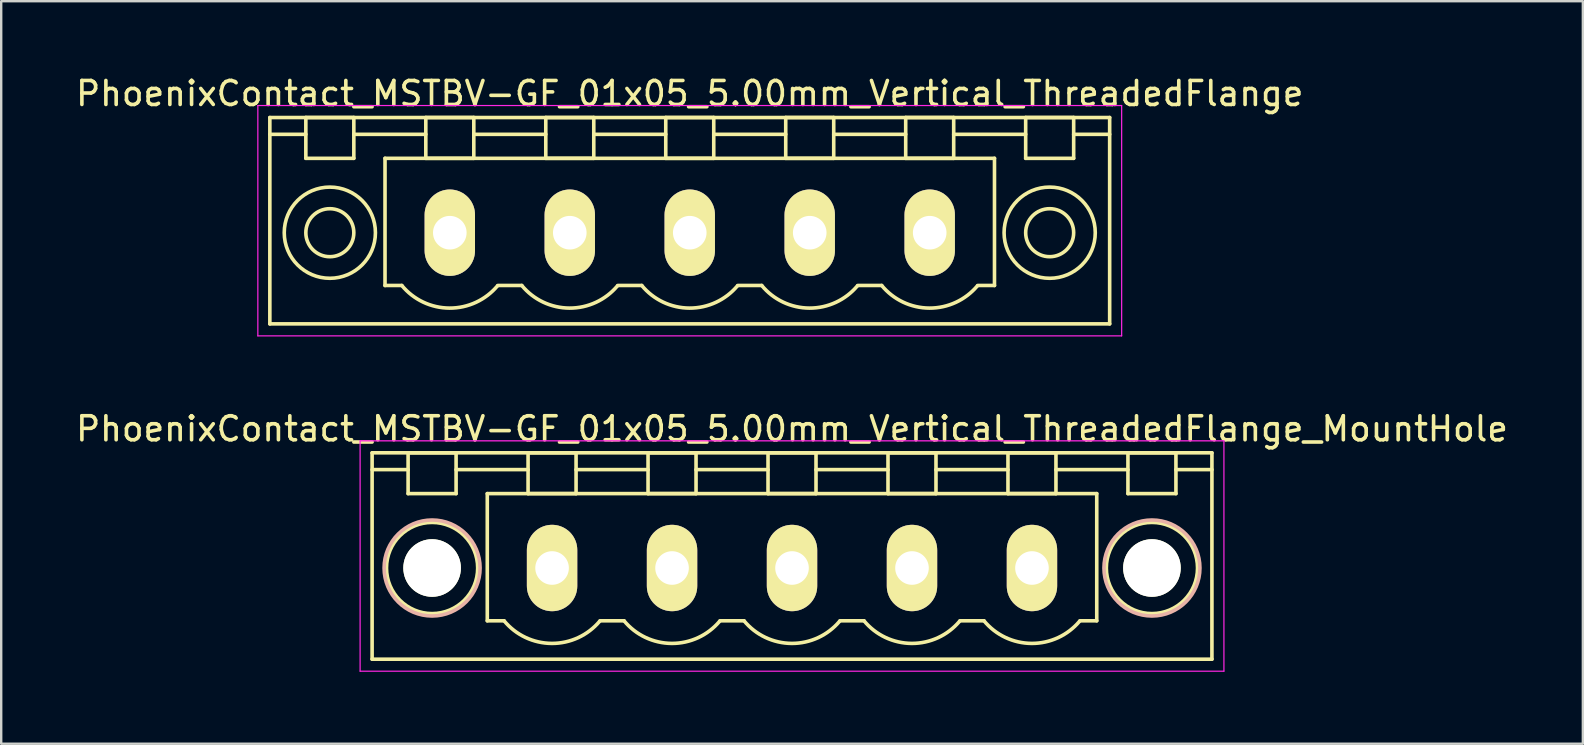
<source format=kicad_pcb>
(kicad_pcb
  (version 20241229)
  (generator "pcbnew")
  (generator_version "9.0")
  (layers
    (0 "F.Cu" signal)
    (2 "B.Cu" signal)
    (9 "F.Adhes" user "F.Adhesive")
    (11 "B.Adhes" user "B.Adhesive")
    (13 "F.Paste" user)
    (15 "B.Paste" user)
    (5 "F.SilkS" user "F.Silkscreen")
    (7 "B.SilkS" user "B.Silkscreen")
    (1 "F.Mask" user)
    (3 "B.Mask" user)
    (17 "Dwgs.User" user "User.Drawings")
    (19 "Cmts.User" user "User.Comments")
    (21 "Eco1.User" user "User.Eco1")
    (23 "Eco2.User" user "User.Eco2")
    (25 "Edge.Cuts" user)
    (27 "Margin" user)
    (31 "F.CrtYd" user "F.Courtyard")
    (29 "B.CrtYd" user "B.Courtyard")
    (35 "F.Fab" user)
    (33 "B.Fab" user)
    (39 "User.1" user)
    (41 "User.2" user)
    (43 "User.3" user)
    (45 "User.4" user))
  (footprint "PhoenixContact_MSTBV-GF_01x05_5.00mm_Vertical_ThreadedFlange_MountHole"
    (layer "F.Cu")
    (at 19.958 20.622)
    (property "Reference" "PhoenixContact_MSTBV-GF_01x05_5.00mm_Vertical_ThreadedFlange_MountHole" (at 10 -5.8 0) (layer "F.SilkS") (effects (font (size 1 1) (thickness 0.15))))
    (attr through_hole)
    (fp_line (start -7.5 -4.8) (end -7.5 3.8) (stroke (width 0.15) (type solid)) (layer "F.SilkS"))
    (fp_line (start -7.5 -4.1) (end -6 -4.1) (stroke (width 0.15) (type solid)) (layer "F.SilkS"))
    (fp_line (start -7.5 3.8) (end 27.5 3.8) (stroke (width 0.15) (type solid)) (layer "F.SilkS"))
    (fp_line (start -6 -4.8) (end -4 -4.8) (stroke (width 0.15) (type solid)) (layer "F.SilkS"))
    (fp_line (start -6 -3.1) (end -6 -4.8) (stroke (width 0.15) (type solid)) (layer "F.SilkS"))
    (fp_line (start -4 -4.8) (end -4 -3.1) (stroke (width 0.15) (type solid)) (layer "F.SilkS"))
    (fp_line (start -4 -4.1) (end -1 -4.1) (stroke (width 0.15) (type solid)) (layer "F.SilkS"))
    (fp_line (start -4 -3.1) (end -6 -3.1) (stroke (width 0.15) (type solid)) (layer "F.SilkS"))
    (fp_line (start -2.7 -3.1) (end 22.7 -3.1) (stroke (width 0.15) (type solid)) (layer "F.SilkS"))
    (fp_line (start -2.7 2.2) (end -2.7 -3.1) (stroke (width 0.15) (type solid)) (layer "F.SilkS"))
    (fp_line (start -2 2.2) (end -2.7 2.2) (stroke (width 0.15) (type solid)) (layer "F.SilkS"))
    (fp_line (start -1 -4.8) (end 1 -4.8) (stroke (width 0.15) (type solid)) (layer "F.SilkS"))
    (fp_line (start -1 -3.1) (end -1 -4.8) (stroke (width 0.15) (type solid)) (layer "F.SilkS"))
    (fp_line (start 1 -4.8) (end 1 -3.1) (stroke (width 0.15) (type solid)) (layer "F.SilkS"))
    (fp_line (start 1 -4.1) (end 4 -4.1) (stroke (width 0.15) (type solid)) (layer "F.SilkS"))
    (fp_line (start 1 -3.1) (end -1 -3.1) (stroke (width 0.15) (type solid)) (layer "F.SilkS"))
    (fp_line (start 2 2.2) (end 3 2.2) (stroke (width 0.15) (type solid)) (layer "F.SilkS"))
    (fp_line (start 4 -4.8) (end 6 -4.8) (stroke (width 0.15) (type solid)) (layer "F.SilkS"))
    (fp_line (start 4 -3.1) (end 4 -4.8) (stroke (width 0.15) (type solid)) (layer "F.SilkS"))
    (fp_line (start 6 -4.8) (end 6 -3.1) (stroke (width 0.15) (type solid)) (layer "F.SilkS"))
    (fp_line (start 6 -4.1) (end 9 -4.1) (stroke (width 0.15) (type solid)) (layer "F.SilkS"))
    (fp_line (start 6 -3.1) (end 4 -3.1) (stroke (width 0.15) (type solid)) (layer "F.SilkS"))
    (fp_line (start 7 2.2) (end 8 2.2) (stroke (width 0.15) (type solid)) (layer "F.SilkS"))
    (fp_line (start 9 -4.8) (end 11 -4.8) (stroke (width 0.15) (type solid)) (layer "F.SilkS"))
    (fp_line (start 9 -3.1) (end 9 -4.8) (stroke (width 0.15) (type solid)) (layer "F.SilkS"))
    (fp_line (start 11 -4.8) (end 11 -3.1) (stroke (width 0.15) (type solid)) (layer "F.SilkS"))
    (fp_line (start 11 -4.1) (end 14 -4.1) (stroke (width 0.15) (type solid)) (layer "F.SilkS"))
    (fp_line (start 11 -3.1) (end 9 -3.1) (stroke (width 0.15) (type solid)) (layer "F.SilkS"))
    (fp_line (start 12 2.2) (end 13 2.2) (stroke (width 0.15) (type solid)) (layer "F.SilkS"))
    (fp_line (start 14 -4.8) (end 16 -4.8) (stroke (width 0.15) (type solid)) (layer "F.SilkS"))
    (fp_line (start 14 -3.1) (end 14 -4.8) (stroke (width 0.15) (type solid)) (layer "F.SilkS"))
    (fp_line (start 16 -4.8) (end 16 -3.1) (stroke (width 0.15) (type solid)) (layer "F.SilkS"))
    (fp_line (start 16 -4.1) (end 19 -4.1) (stroke (width 0.15) (type solid)) (layer "F.SilkS"))
    (fp_line (start 16 -3.1) (end 14 -3.1) (stroke (width 0.15) (type solid)) (layer "F.SilkS"))
    (fp_line (start 17 2.2) (end 18 2.2) (stroke (width 0.15) (type solid)) (layer "F.SilkS"))
    (fp_line (start 19 -4.8) (end 21 -4.8) (stroke (width 0.15) (type solid)) (layer "F.SilkS"))
    (fp_line (start 19 -3.1) (end 19 -4.8) (stroke (width 0.15) (type solid)) (layer "F.SilkS"))
    (fp_line (start 21 -4.8) (end 21 -3.1) (stroke (width 0.15) (type solid)) (layer "F.SilkS"))
    (fp_line (start 21 -4.1) (end 24 -4.1) (stroke (width 0.15) (type solid)) (layer "F.SilkS"))
    (fp_line (start 21 -3.1) (end 19 -3.1) (stroke (width 0.15) (type solid)) (layer "F.SilkS"))
    (fp_line (start 22.7 -3.1) (end 22.7 2.2) (stroke (width 0.15) (type solid)) (layer "F.SilkS"))
    (fp_line (start 22.7 2.2) (end 22 2.2) (stroke (width 0.15) (type solid)) (layer "F.SilkS"))
    (fp_line (start 24 -4.8) (end 26 -4.8) (stroke (width 0.15) (type solid)) (layer "F.SilkS"))
    (fp_line (start 24 -3.1) (end 24 -4.8) (stroke (width 0.15) (type solid)) (layer "F.SilkS"))
    (fp_line (start 26 -4.8) (end 26 -3.1) (stroke (width 0.15) (type solid)) (layer "F.SilkS"))
    (fp_line (start 26 -3.1) (end 24 -3.1) (stroke (width 0.15) (type solid)) (layer "F.SilkS"))
    (fp_line (start 27.5 -4.8) (end -7.5 -4.8) (stroke (width 0.15) (type solid)) (layer "F.SilkS"))
    (fp_line (start 27.5 -4.1) (end 26 -4.1) (stroke (width 0.15) (type solid)) (layer "F.SilkS"))
    (fp_line (start 27.5 3.8) (end 27.5 -4.8) (stroke (width 0.15) (type solid)) (layer "F.SilkS"))
    (fp_arc (start 1.986842 2.215821) (mid -0.010289 3.142758) (end -2 2.2) (stroke (width 0.15) (type solid)) (layer "F.SilkS"))
    (fp_arc (start 6.986842 2.215821) (mid 4.989711 3.142758) (end 3 2.2) (stroke (width 0.15) (type solid)) (layer "F.SilkS"))
    (fp_arc (start 11.986842 2.215821) (mid 9.989711 3.142758) (end 8 2.2) (stroke (width 0.15) (type solid)) (layer "F.SilkS"))
    (fp_arc (start 16.986842 2.215821) (mid 14.989711 3.142758) (end 13 2.2) (stroke (width 0.15) (type solid)) (layer "F.SilkS"))
    (fp_arc (start 21.986842 2.215821) (mid 19.989711 3.142758) (end 18 2.2) (stroke (width 0.15) (type solid)) (layer "F.SilkS"))
    (fp_circle (center -5 0) (end -4 0) (stroke (width 0.15) (type solid)) (fill no) (layer "F.SilkS"))
    (fp_circle (center -5 0) (end -3.1 0) (stroke (width 0.15) (type solid)) (fill no) (layer "F.SilkS"))
    (fp_circle (center 25 0) (end 26 0) (stroke (width 0.15) (type solid)) (fill no) (layer "F.SilkS"))
    (fp_circle (center 25 0) (end 26.9 0) (stroke (width 0.15) (type solid)) (fill no) (layer "F.SilkS"))
    (fp_circle (center -5 0) (end -3 0) (stroke (width 0.15) (type solid)) (fill no) (layer "B.SilkS"))
    (fp_circle (center 25 0) (end 27 0) (stroke (width 0.15) (type solid)) (fill no) (layer "B.SilkS"))
    (fp_line (start -8 -5.3) (end -8 4.3) (stroke (width 0.05) (type solid)) (layer "F.CrtYd"))
    (fp_line (start -8 4.3) (end 28 4.3) (stroke (width 0.05) (type solid)) (layer "F.CrtYd"))
    (fp_line (start 28 -5.3) (end -8 -5.3) (stroke (width 0.05) (type solid)) (layer "F.CrtYd"))
    (fp_line (start 28 4.3) (end 28 -5.3) (stroke (width 0.05) (type solid)) (layer "F.CrtYd"))
    (pad "" np_thru_hole circle (at -5 0) (size 2.4 2.4) (drill 2.4) (layers "*.Cu" "*.Mask" "F.SilkS"))
    (pad "" np_thru_hole circle (at 25 0) (size 2.4 2.4) (drill 2.4) (layers "*.Cu" "*.Mask" "F.SilkS"))
    (pad "1" thru_hole oval (at 0 0) (size 2.1 3.6) (drill 1.4) (layers "*.Cu" "*.Mask" "F.SilkS"))
    (pad "2" thru_hole oval (at 5 0) (size 2.1 3.6) (drill 1.4) (layers "*.Cu" "*.Mask" "F.SilkS"))
    (pad "3" thru_hole oval (at 10 0) (size 2.1 3.6) (drill 1.4) (layers "*.Cu" "*.Mask" "F.SilkS"))
    (pad "4" thru_hole oval (at 15 0) (size 2.1 3.6) (drill 1.4) (layers "*.Cu" "*.Mask" "F.SilkS"))
    (pad "5" thru_hole oval (at 20 0) (size 2.1 3.6) (drill 1.4) (layers "*.Cu" "*.Mask" "F.SilkS")))
  (footprint "PhoenixContact_MSTBV-GF_01x05_5.00mm_Vertical_ThreadedFlange"
    (layer "F.Cu")
    (at 15.696 6.648)
    (property "Reference" "PhoenixContact_MSTBV-GF_01x05_5.00mm_Vertical_ThreadedFlange" (at 10 -5.8 0) (layer "F.SilkS") (effects (font (size 1 1) (thickness 0.15))))
    (attr through_hole)
    (fp_line (start -7.5 -4.8) (end -7.5 3.8) (stroke (width 0.15) (type solid)) (layer "F.SilkS"))
    (fp_line (start -7.5 -4.1) (end -6 -4.1) (stroke (width 0.15) (type solid)) (layer "F.SilkS"))
    (fp_line (start -7.5 3.8) (end 27.5 3.8) (stroke (width 0.15) (type solid)) (layer "F.SilkS"))
    (fp_line (start -6 -4.8) (end -4 -4.8) (stroke (width 0.15) (type solid)) (layer "F.SilkS"))
    (fp_line (start -6 -3.1) (end -6 -4.8) (stroke (width 0.15) (type solid)) (layer "F.SilkS"))
    (fp_line (start -4 -4.8) (end -4 -3.1) (stroke (width 0.15) (type solid)) (layer "F.SilkS"))
    (fp_line (start -4 -4.1) (end -1 -4.1) (stroke (width 0.15) (type solid)) (layer "F.SilkS"))
    (fp_line (start -4 -3.1) (end -6 -3.1) (stroke (width 0.15) (type solid)) (layer "F.SilkS"))
    (fp_line (start -2.7 -3.1) (end 22.7 -3.1) (stroke (width 0.15) (type solid)) (layer "F.SilkS"))
    (fp_line (start -2.7 2.2) (end -2.7 -3.1) (stroke (width 0.15) (type solid)) (layer "F.SilkS"))
    (fp_line (start -2 2.2) (end -2.7 2.2) (stroke (width 0.15) (type solid)) (layer "F.SilkS"))
    (fp_line (start -1 -4.8) (end 1 -4.8) (stroke (width 0.15) (type solid)) (layer "F.SilkS"))
    (fp_line (start -1 -3.1) (end -1 -4.8) (stroke (width 0.15) (type solid)) (layer "F.SilkS"))
    (fp_line (start 1 -4.8) (end 1 -3.1) (stroke (width 0.15) (type solid)) (layer "F.SilkS"))
    (fp_line (start 1 -4.1) (end 4 -4.1) (stroke (width 0.15) (type solid)) (layer "F.SilkS"))
    (fp_line (start 1 -3.1) (end -1 -3.1) (stroke (width 0.15) (type solid)) (layer "F.SilkS"))
    (fp_line (start 2 2.2) (end 3 2.2) (stroke (width 0.15) (type solid)) (layer "F.SilkS"))
    (fp_line (start 4 -4.8) (end 6 -4.8) (stroke (width 0.15) (type solid)) (layer "F.SilkS"))
    (fp_line (start 4 -3.1) (end 4 -4.8) (stroke (width 0.15) (type solid)) (layer "F.SilkS"))
    (fp_line (start 6 -4.8) (end 6 -3.1) (stroke (width 0.15) (type solid)) (layer "F.SilkS"))
    (fp_line (start 6 -4.1) (end 9 -4.1) (stroke (width 0.15) (type solid)) (layer "F.SilkS"))
    (fp_line (start 6 -3.1) (end 4 -3.1) (stroke (width 0.15) (type solid)) (layer "F.SilkS"))
    (fp_line (start 7 2.2) (end 8 2.2) (stroke (width 0.15) (type solid)) (layer "F.SilkS"))
    (fp_line (start 9 -4.8) (end 11 -4.8) (stroke (width 0.15) (type solid)) (layer "F.SilkS"))
    (fp_line (start 9 -3.1) (end 9 -4.8) (stroke (width 0.15) (type solid)) (layer "F.SilkS"))
    (fp_line (start 11 -4.8) (end 11 -3.1) (stroke (width 0.15) (type solid)) (layer "F.SilkS"))
    (fp_line (start 11 -4.1) (end 14 -4.1) (stroke (width 0.15) (type solid)) (layer "F.SilkS"))
    (fp_line (start 11 -3.1) (end 9 -3.1) (stroke (width 0.15) (type solid)) (layer "F.SilkS"))
    (fp_line (start 12 2.2) (end 13 2.2) (stroke (width 0.15) (type solid)) (layer "F.SilkS"))
    (fp_line (start 14 -4.8) (end 16 -4.8) (stroke (width 0.15) (type solid)) (layer "F.SilkS"))
    (fp_line (start 14 -3.1) (end 14 -4.8) (stroke (width 0.15) (type solid)) (layer "F.SilkS"))
    (fp_line (start 16 -4.8) (end 16 -3.1) (stroke (width 0.15) (type solid)) (layer "F.SilkS"))
    (fp_line (start 16 -4.1) (end 19 -4.1) (stroke (width 0.15) (type solid)) (layer "F.SilkS"))
    (fp_line (start 16 -3.1) (end 14 -3.1) (stroke (width 0.15) (type solid)) (layer "F.SilkS"))
    (fp_line (start 17 2.2) (end 18 2.2) (stroke (width 0.15) (type solid)) (layer "F.SilkS"))
    (fp_line (start 19 -4.8) (end 21 -4.8) (stroke (width 0.15) (type solid)) (layer "F.SilkS"))
    (fp_line (start 19 -3.1) (end 19 -4.8) (stroke (width 0.15) (type solid)) (layer "F.SilkS"))
    (fp_line (start 21 -4.8) (end 21 -3.1) (stroke (width 0.15) (type solid)) (layer "F.SilkS"))
    (fp_line (start 21 -4.1) (end 24 -4.1) (stroke (width 0.15) (type solid)) (layer "F.SilkS"))
    (fp_line (start 21 -3.1) (end 19 -3.1) (stroke (width 0.15) (type solid)) (layer "F.SilkS"))
    (fp_line (start 22.7 -3.1) (end 22.7 2.2) (stroke (width 0.15) (type solid)) (layer "F.SilkS"))
    (fp_line (start 22.7 2.2) (end 22 2.2) (stroke (width 0.15) (type solid)) (layer "F.SilkS"))
    (fp_line (start 24 -4.8) (end 26 -4.8) (stroke (width 0.15) (type solid)) (layer "F.SilkS"))
    (fp_line (start 24 -3.1) (end 24 -4.8) (stroke (width 0.15) (type solid)) (layer "F.SilkS"))
    (fp_line (start 26 -4.8) (end 26 -3.1) (stroke (width 0.15) (type solid)) (layer "F.SilkS"))
    (fp_line (start 26 -3.1) (end 24 -3.1) (stroke (width 0.15) (type solid)) (layer "F.SilkS"))
    (fp_line (start 27.5 -4.8) (end -7.5 -4.8) (stroke (width 0.15) (type solid)) (layer "F.SilkS"))
    (fp_line (start 27.5 -4.1) (end 26 -4.1) (stroke (width 0.15) (type solid)) (layer "F.SilkS"))
    (fp_line (start 27.5 3.8) (end 27.5 -4.8) (stroke (width 0.15) (type solid)) (layer "F.SilkS"))
    (fp_arc (start 1.986842 2.215821) (mid -0.010289 3.142758) (end -2 2.2) (stroke (width 0.15) (type solid)) (layer "F.SilkS"))
    (fp_arc (start 6.986842 2.215821) (mid 4.989711 3.142758) (end 3 2.2) (stroke (width 0.15) (type solid)) (layer "F.SilkS"))
    (fp_arc (start 11.986842 2.215821) (mid 9.989711 3.142758) (end 8 2.2) (stroke (width 0.15) (type solid)) (layer "F.SilkS"))
    (fp_arc (start 16.986842 2.215821) (mid 14.989711 3.142758) (end 13 2.2) (stroke (width 0.15) (type solid)) (layer "F.SilkS"))
    (fp_arc (start 21.986842 2.215821) (mid 19.989711 3.142758) (end 18 2.2) (stroke (width 0.15) (type solid)) (layer "F.SilkS"))
    (fp_circle (center -5 0) (end -4 0) (stroke (width 0.15) (type solid)) (fill no) (layer "F.SilkS"))
    (fp_circle (center -5 0) (end -3.1 0) (stroke (width 0.15) (type solid)) (fill no) (layer "F.SilkS"))
    (fp_circle (center 25 0) (end 26 0) (stroke (width 0.15) (type solid)) (fill no) (layer "F.SilkS"))
    (fp_circle (center 25 0) (end 26.9 0) (stroke (width 0.15) (type solid)) (fill no) (layer "F.SilkS"))
    (fp_line (start -8 -5.3) (end -8 4.3) (stroke (width 0.05) (type solid)) (layer "F.CrtYd"))
    (fp_line (start -8 4.3) (end 28 4.3) (stroke (width 0.05) (type solid)) (layer "F.CrtYd"))
    (fp_line (start 28 -5.3) (end -8 -5.3) (stroke (width 0.05) (type solid)) (layer "F.CrtYd"))
    (fp_line (start 28 4.3) (end 28 -5.3) (stroke (width 0.05) (type solid)) (layer "F.CrtYd"))
    (pad "1" thru_hole oval (at 0 0) (size 2.1 3.6) (drill 1.4) (layers "*.Cu" "*.Mask" "F.SilkS"))
    (pad "2" thru_hole oval (at 5 0) (size 2.1 3.6) (drill 1.4) (layers "*.Cu" "*.Mask" "F.SilkS"))
    (pad "3" thru_hole oval (at 10 0) (size 2.1 3.6) (drill 1.4) (layers "*.Cu" "*.Mask" "F.SilkS"))
    (pad "4" thru_hole oval (at 15 0) (size 2.1 3.6) (drill 1.4) (layers "*.Cu" "*.Mask" "F.SilkS"))
    (pad "5" thru_hole oval (at 20 0) (size 2.1 3.6) (drill 1.4) (layers "*.Cu" "*.Mask" "F.SilkS")))
  (gr_rect
    (start -3 -3)
    (end 62.917 27.947)
    (stroke (width 0.1) (type default))
    (fill no)
    (layer "Edge.Cuts")))
</source>
